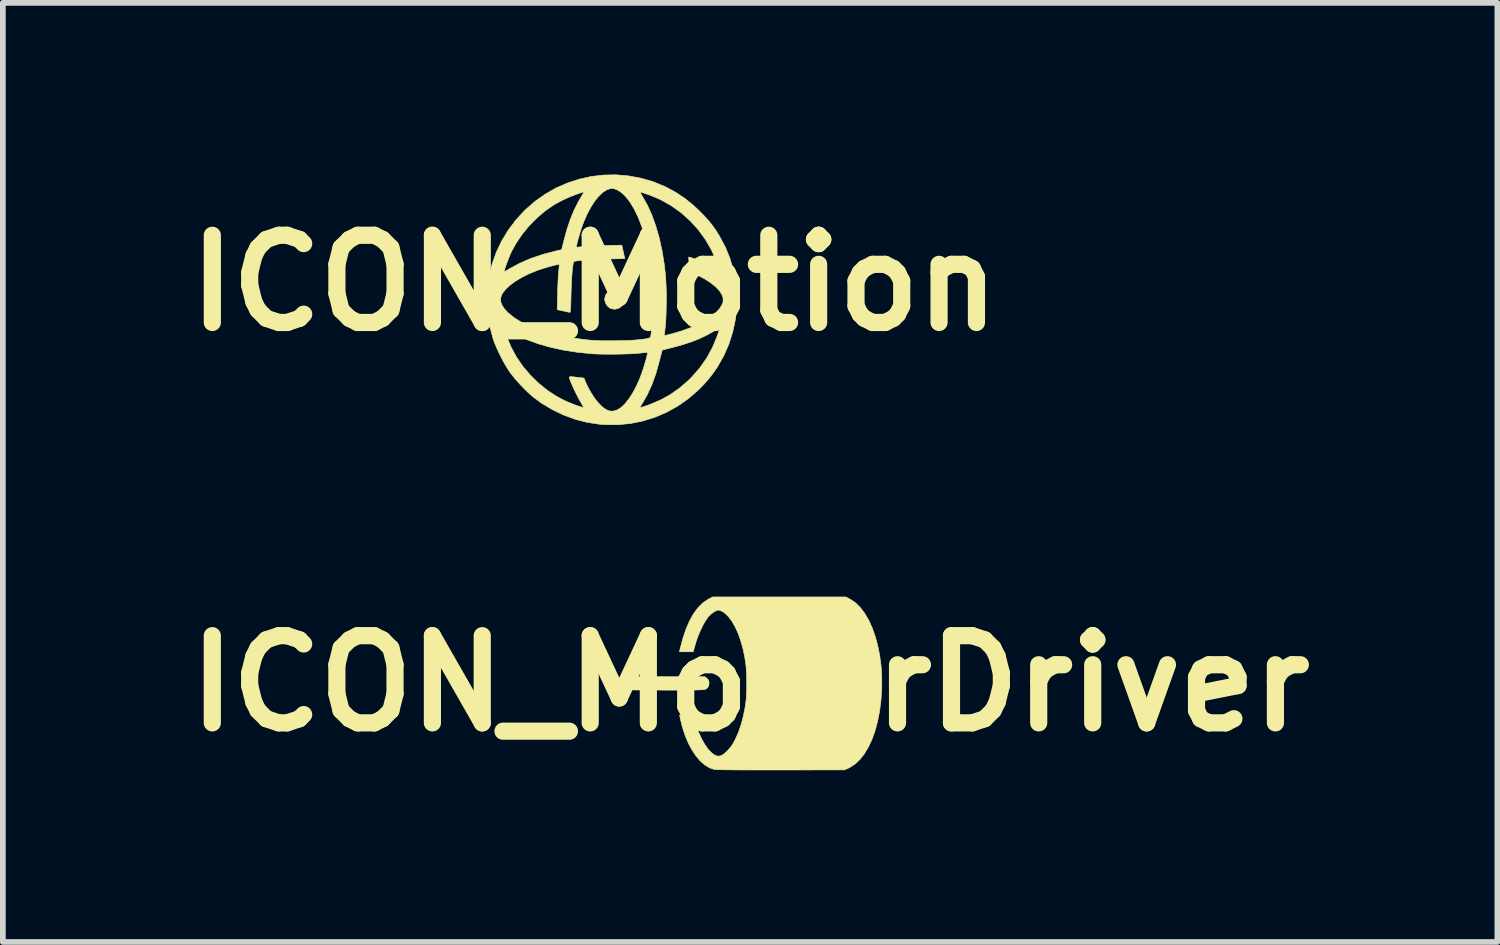
<source format=kicad_pcb>
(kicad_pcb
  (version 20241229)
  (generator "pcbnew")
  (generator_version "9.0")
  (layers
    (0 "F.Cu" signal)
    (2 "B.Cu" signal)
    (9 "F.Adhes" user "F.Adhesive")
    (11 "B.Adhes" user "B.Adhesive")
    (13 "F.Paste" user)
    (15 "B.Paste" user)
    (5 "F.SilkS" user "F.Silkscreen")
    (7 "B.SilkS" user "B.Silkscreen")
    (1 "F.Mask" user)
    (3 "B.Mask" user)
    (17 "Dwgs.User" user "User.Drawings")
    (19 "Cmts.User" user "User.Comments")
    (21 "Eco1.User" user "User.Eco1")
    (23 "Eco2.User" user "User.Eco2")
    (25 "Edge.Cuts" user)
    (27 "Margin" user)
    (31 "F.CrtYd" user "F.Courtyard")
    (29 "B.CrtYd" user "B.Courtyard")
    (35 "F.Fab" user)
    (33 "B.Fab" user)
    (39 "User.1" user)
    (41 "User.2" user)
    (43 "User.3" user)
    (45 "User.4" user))
  (footprint "ICON_MotorDriver"
    (layer "F.Cu")
    (at 10.058 8.893)
    (property "Reference" "ICON_MotorDriver" (at 0 0 0) (layer "F.SilkS") (effects (font (size 1.524 1.524) (thickness 0.3))))
    (attr through_hole)
    (fp_poly (pts (xy -0.753 -0.087) (xy -0.728 -0.06) (xy -0.718 -0.03) (xy -0.717 -0.01) (xy -0.723 0.04) (xy -0.742 0.075) (xy -0.776 0.1) (xy -0.786 0.104) (xy -0.801 0.107) (xy -0.823 0.11) (xy -0.854 0.112) (xy -0.895 0.113) (xy -0.949 0.115) (xy -1.017 0.116) (xy -1.101 0.116) (xy -1.203 0.117) (xy -1.324 0.117) (xy -1.467 0.117) (xy -1.502 0.117) (xy -1.627 0.116) (xy -1.746 0.116) (xy -1.856 0.115) (xy -1.955 0.115) (xy -2.041 0.114) (xy -2.112 0.113) (xy -2.165 0.111) (xy -2.199 0.11) (xy -2.211 0.109) (xy -2.248 0.085) (xy -2.277 0.048) (xy -2.288 0.017) (xy -2.287 -0.025) (xy -2.271 -0.068) (xy -2.244 -0.1) (xy -2.235 -0.105) (xy -2.218 -0.108) (xy -2.177 -0.111) (xy -2.114 -0.113) (xy -2.028 -0.115) (xy -1.92 -0.116) (xy -1.79 -0.117) (xy -1.639 -0.117) (xy -1.501 -0.118) (xy -0.79 -0.118) (xy -0.753 -0.087)) (stroke (width 0.01) (type solid)) (fill yes) (layer "F.SilkS"))
    (fp_poly (pts (xy 1.752 -1.47) (xy 1.842 -1.409) (xy 1.926 -1.326) (xy 2.003 -1.225) (xy 2.073 -1.106) (xy 2.134 -0.971) (xy 2.187 -0.822) (xy 2.231 -0.66) (xy 2.265 -0.488) (xy 2.289 -0.307) (xy 2.301 -0.12) (xy 2.301 0.073) (xy 2.301 0.1) (xy 2.287 0.298) (xy 2.263 0.486) (xy 2.228 0.663) (xy 2.184 0.828) (xy 2.13 0.978) (xy 2.067 1.113) (xy 1.996 1.231) (xy 1.918 1.331) (xy 1.833 1.41) (xy 1.741 1.469) (xy 1.731 1.474) (xy 1.652 1.511) (xy 0.541 1.513) (xy 0.38 1.513) (xy 0.225 1.513) (xy 0.078 1.513) (xy -0.06 1.512) (xy -0.187 1.512) (xy -0.301 1.511) (xy -0.4 1.51) (xy -0.484 1.509) (xy -0.549 1.508) (xy -0.595 1.506) (xy -0.619 1.505) (xy -0.622 1.504) (xy -0.707 1.476) (xy -0.791 1.425) (xy -0.871 1.355) (xy -0.947 1.266) (xy -1.017 1.16) (xy -1.081 1.04) (xy -1.137 0.906) (xy -1.184 0.761) (xy -1.211 0.652) (xy -1.232 0.553) (xy -0.99 0.553) (xy -0.976 0.614) (xy -0.942 0.734) (xy -0.9 0.851) (xy -0.851 0.96) (xy -0.797 1.058) (xy -0.741 1.139) (xy -0.719 1.166) (xy -0.661 1.223) (xy -0.608 1.258) (xy -0.558 1.272) (xy -0.508 1.263) (xy -0.457 1.233) (xy -0.4 1.181) (xy -0.399 1.18) (xy -0.36 1.137) (xy -0.329 1.098) (xy -0.301 1.055) (xy -0.271 1.002) (xy -0.249 0.957) (xy -0.199 0.843) (xy -0.155 0.712) (xy -0.117 0.57) (xy -0.088 0.423) (xy -0.071 0.303) (xy -0.065 0.226) (xy -0.061 0.132) (xy -0.059 0.029) (xy -0.06 -0.076) (xy -0.063 -0.176) (xy -0.068 -0.264) (xy -0.071 -0.303) (xy -0.093 -0.457) (xy -0.124 -0.604) (xy -0.163 -0.743) (xy -0.208 -0.871) (xy -0.26 -0.986) (xy -0.317 -1.086) (xy -0.378 -1.167) (xy -0.442 -1.229) (xy -0.468 -1.247) (xy -0.504 -1.267) (xy -0.538 -1.279) (xy -0.553 -1.282) (xy -0.59 -1.273) (xy -0.635 -1.248) (xy -0.683 -1.211) (xy -0.728 -1.167) (xy -0.741 -1.151) (xy -0.782 -1.091) (xy -0.825 -1.015) (xy -0.867 -0.927) (xy -0.907 -0.834) (xy -0.94 -0.742) (xy -0.955 -0.691) (xy -0.994 -0.553) (xy -1.114 -0.553) (xy -1.235 -0.553) (xy -1.228 -0.585) (xy -1.178 -0.775) (xy -1.122 -0.944) (xy -1.058 -1.093) (xy -0.987 -1.22) (xy -0.909 -1.325) (xy -0.824 -1.409) (xy -0.733 -1.471) (xy -0.723 -1.476) (xy -0.653 -1.511) (xy 1.676 -1.511) (xy 1.752 -1.47)) (stroke (width 0.01) (type solid)) (fill yes) (layer "F.SilkS")))
  (footprint "ICON_Motion"
    (layer "F.Cu")
    (at 7.337 1.896)
    (property "Reference" "ICON_Motion" (at 0 0 0) (layer "F.SilkS") (effects (font (size 1.524 1.524) (thickness 0.3))))
    (attr through_hole)
    (fp_poly (pts (xy 0.412 0.123) (xy 0.462 0.151) (xy 0.499 0.193) (xy 0.521 0.243) (xy 0.526 0.299) (xy 0.511 0.355) (xy 0.503 0.369) (xy 0.463 0.417) (xy 0.411 0.447) (xy 0.352 0.458) (xy 0.292 0.447) (xy 0.27 0.437) (xy 0.229 0.404) (xy 0.198 0.356) (xy 0.181 0.301) (xy 0.181 0.266) (xy 0.199 0.205) (xy 0.235 0.158) (xy 0.286 0.126) (xy 0.346 0.113) (xy 0.353 0.113) (xy 0.412 0.123)) (stroke (width 0.01) (type solid)) (fill yes) (layer "F.SilkS"))
    (fp_poly (pts (xy 0.592 -1.873) (xy 0.807 -1.834) (xy 1.019 -1.773) (xy 1.226 -1.689) (xy 1.254 -1.676) (xy 1.425 -1.583) (xy 1.584 -1.477) (xy 1.736 -1.353) (xy 1.836 -1.259) (xy 1.922 -1.171) (xy 1.993 -1.092) (xy 2.055 -1.016) (xy 2.112 -0.938) (xy 2.168 -0.85) (xy 2.187 -0.818) (xy 2.29 -0.625) (xy 2.371 -0.424) (xy 2.431 -0.216) (xy 2.471 -0.003) (xy 2.489 0.212) (xy 2.486 0.427) (xy 2.463 0.642) (xy 2.418 0.853) (xy 2.353 1.06) (xy 2.267 1.259) (xy 2.16 1.45) (xy 2.14 1.482) (xy 2.068 1.585) (xy 1.996 1.677) (xy 1.917 1.767) (xy 1.826 1.86) (xy 1.809 1.876) (xy 1.639 2.023) (xy 1.457 2.15) (xy 1.264 2.257) (xy 1.062 2.344) (xy 0.851 2.41) (xy 0.635 2.454) (xy 0.413 2.476) (xy 0.188 2.475) (xy 0.091 2.468) (xy -0.122 2.436) (xy -0.334 2.382) (xy -0.54 2.306) (xy -0.739 2.21) (xy -0.928 2.096) (xy -1.072 1.99) (xy -1.147 1.924) (xy -1.228 1.845) (xy -1.31 1.759) (xy -1.388 1.671) (xy -1.454 1.588) (xy -1.473 1.563) (xy -1.527 1.481) (xy -1.584 1.384) (xy -1.639 1.278) (xy -1.691 1.171) (xy -1.735 1.069) (xy -1.768 0.981) (xy -1.818 0.793) (xy -1.573 0.793) (xy -1.572 0.807) (xy -1.564 0.838) (xy -1.55 0.883) (xy -1.53 0.937) (xy -1.508 0.996) (xy -1.483 1.055) (xy -1.459 1.111) (xy -1.451 1.129) (xy -1.36 1.296) (xy -1.249 1.457) (xy -1.12 1.609) (xy -0.977 1.749) (xy -0.823 1.874) (xy -0.66 1.981) (xy -0.529 2.05) (xy -0.475 2.075) (xy -0.416 2.099) (xy -0.357 2.123) (xy -0.301 2.143) (xy -0.252 2.16) (xy -0.216 2.17) (xy -0.196 2.173) (xy -0.193 2.172) (xy -0.196 2.16) (xy -0.209 2.134) (xy -0.229 2.097) (xy -0.236 2.086) (xy -0.272 2.024) (xy -0.311 1.949) (xy -0.351 1.867) (xy -0.387 1.787) (xy -0.417 1.716) (xy -0.422 1.702) (xy -0.433 1.672) (xy -0.439 1.653) (xy -0.436 1.641) (xy -0.421 1.636) (xy -0.392 1.637) (xy -0.344 1.642) (xy -0.297 1.648) (xy -0.182 1.661) (xy -0.15 1.74) (xy -0.11 1.824) (xy -0.061 1.912) (xy -0.006 1.998) (xy 0.05 2.072) (xy 0.074 2.1) (xy 0.141 2.166) (xy 0.203 2.211) (xy 0.261 2.235) (xy 0.319 2.24) (xy 0.379 2.225) (xy 0.411 2.211) (xy 0.471 2.171) (xy 0.8 2.171) (xy 0.807 2.174) (xy 0.831 2.17) (xy 0.873 2.157) (xy 0.934 2.136) (xy 0.976 2.12) (xy 1.16 2.042) (xy 1.329 1.948) (xy 1.487 1.837) (xy 1.638 1.707) (xy 1.695 1.65) (xy 1.838 1.489) (xy 1.96 1.315) (xy 2.063 1.128) (xy 2.145 0.93) (xy 2.151 0.914) (xy 2.168 0.862) (xy 2.181 0.82) (xy 2.189 0.791) (xy 2.19 0.78) (xy 2.19 0.78) (xy 2.176 0.788) (xy 2.148 0.805) (xy 2.111 0.828) (xy 2.102 0.833) (xy 1.974 0.906) (xy 1.841 0.97) (xy 1.699 1.026) (xy 1.545 1.077) (xy 1.372 1.125) (xy 1.336 1.134) (xy 1.185 1.171) (xy 1.134 1.37) (xy 1.074 1.584) (xy 1.004 1.778) (xy 0.925 1.951) (xy 0.846 2.089) (xy 0.824 2.126) (xy 0.807 2.155) (xy 0.8 2.17) (xy 0.8 2.171) (xy 0.471 2.171) (xy 0.474 2.169) (xy 0.538 2.106) (xy 0.603 2.024) (xy 0.666 1.928) (xy 0.726 1.817) (xy 0.782 1.697) (xy 0.831 1.568) (xy 0.832 1.564) (xy 0.856 1.491) (xy 0.878 1.42) (xy 0.897 1.355) (xy 0.913 1.298) (xy 0.923 1.253) (xy 0.927 1.225) (xy 0.926 1.216) (xy 0.912 1.214) (xy 0.88 1.216) (xy 0.837 1.22) (xy 0.815 1.223) (xy 0.75 1.229) (xy 0.667 1.235) (xy 0.569 1.239) (xy 0.463 1.242) (xy 0.352 1.244) (xy 0.241 1.244) (xy 0.135 1.243) (xy 0.039 1.24) (xy -0.042 1.236) (xy -0.056 1.235) (xy -0.306 1.209) (xy -0.546 1.171) (xy -0.774 1.121) (xy -0.987 1.06) (xy -1.184 0.988) (xy -1.362 0.906) (xy -1.486 0.836) (xy -1.524 0.814) (xy -1.554 0.798) (xy -1.571 0.792) (xy -1.573 0.793) (xy -1.818 0.793) (xy -1.827 0.761) (xy -1.864 0.539) (xy -1.878 0.317) (xy -1.875 0.262) (xy -1.638 0.262) (xy -1.637 0.324) (xy -1.613 0.389) (xy -1.566 0.458) (xy -1.509 0.519) (xy -1.406 0.603) (xy -1.282 0.681) (xy -1.139 0.752) (xy -0.976 0.815) (xy -0.796 0.871) (xy -0.601 0.919) (xy -0.39 0.959) (xy -0.167 0.989) (xy -0.018 1.003) (xy 0.031 1.006) (xy 0.099 1.008) (xy 0.18 1.009) (xy 0.269 1.009) (xy 0.363 1.009) (xy 0.454 1.007) (xy 0.54 1.005) (xy 0.614 1.003) (xy 0.672 0.999) (xy 0.678 0.999) (xy 0.78 0.99) (xy 0.86 0.981) (xy 0.918 0.972) (xy 0.956 0.963) (xy 0.975 0.953) (xy 0.977 0.951) (xy 0.985 0.927) (xy 0.992 0.881) (xy 0.998 0.819) (xy 1.004 0.741) (xy 1.009 0.652) (xy 1.013 0.553) (xy 1.016 0.449) (xy 1.017 0.342) (xy 1.018 0.235) (xy 1.018 0.131) (xy 1.016 0.032) (xy 1.013 -0.057) (xy 1.008 -0.136) (xy 1.002 -0.199) (xy 1.002 -0.2) (xy 0.97 -0.418) (xy 0.93 -0.623) (xy 0.882 -0.815) (xy 0.826 -0.992) (xy 0.764 -1.152) (xy 0.695 -1.294) (xy 0.621 -1.416) (xy 0.541 -1.517) (xy 0.517 -1.542) (xy 0.467 -1.584) (xy 0.804 -1.584) (xy 0.807 -1.572) (xy 0.82 -1.546) (xy 0.839 -1.515) (xy 0.926 -1.361) (xy 1.005 -1.187) (xy 1.074 -0.994) (xy 1.134 -0.786) (xy 1.183 -0.563) (xy 1.221 -0.329) (xy 1.241 -0.154) (xy 1.249 -0.04) (xy 1.255 0.088) (xy 1.258 0.225) (xy 1.257 0.365) (xy 1.254 0.504) (xy 1.249 0.635) (xy 1.24 0.754) (xy 1.229 0.855) (xy 1.227 0.867) (xy 1.225 0.898) (xy 1.228 0.915) (xy 1.23 0.917) (xy 1.245 0.914) (xy 1.278 0.907) (xy 1.323 0.895) (xy 1.371 0.883) (xy 1.526 0.837) (xy 1.672 0.784) (xy 1.805 0.725) (xy 1.925 0.662) (xy 2.03 0.595) (xy 2.116 0.526) (xy 2.183 0.455) (xy 2.229 0.384) (xy 2.23 0.382) (xy 2.25 0.332) (xy 2.256 0.29) (xy 2.247 0.247) (xy 2.23 0.206) (xy 2.186 0.136) (xy 2.12 0.066) (xy 2.033 -0.004) (xy 1.927 -0.072) (xy 1.803 -0.138) (xy 1.796 -0.141) (xy 1.673 -0.2) (xy 1.659 -0.324) (xy 1.653 -0.375) (xy 1.649 -0.417) (xy 1.648 -0.445) (xy 1.649 -0.453) (xy 1.663 -0.453) (xy 1.695 -0.443) (xy 1.74 -0.426) (xy 1.796 -0.402) (xy 1.857 -0.374) (xy 1.922 -0.343) (xy 1.985 -0.312) (xy 2.044 -0.28) (xy 2.095 -0.251) (xy 2.115 -0.239) (xy 2.148 -0.219) (xy 2.173 -0.207) (xy 2.184 -0.205) (xy 2.184 -0.219) (xy 2.176 -0.251) (xy 2.161 -0.295) (xy 2.142 -0.349) (xy 2.119 -0.408) (xy 2.095 -0.468) (xy 2.07 -0.525) (xy 2.047 -0.574) (xy 2.047 -0.575) (xy 1.941 -0.759) (xy 1.817 -0.93) (xy 1.675 -1.087) (xy 1.517 -1.228) (xy 1.345 -1.351) (xy 1.175 -1.447) (xy 1.126 -1.47) (xy 1.07 -1.495) (xy 1.01 -1.519) (xy 0.951 -1.542) (xy 0.897 -1.561) (xy 0.851 -1.576) (xy 0.819 -1.584) (xy 0.805 -1.585) (xy 0.804 -1.584) (xy 0.467 -1.584) (xy 0.46 -1.591) (xy 0.4 -1.627) (xy 0.342 -1.649) (xy 0.292 -1.654) (xy 0.284 -1.652) (xy 0.216 -1.629) (xy 0.146 -1.583) (xy 0.076 -1.517) (xy 0.007 -1.432) (xy -0.06 -1.329) (xy -0.123 -1.211) (xy -0.182 -1.078) (xy -0.203 -1.023) (xy -0.22 -0.975) (xy -0.239 -0.918) (xy -0.258 -0.856) (xy -0.276 -0.794) (xy -0.292 -0.737) (xy -0.304 -0.687) (xy -0.312 -0.65) (xy -0.315 -0.63) (xy -0.314 -0.628) (xy -0.301 -0.627) (xy -0.27 -0.629) (xy -0.228 -0.633) (xy -0.21 -0.635) (xy -0.17 -0.639) (xy -0.112 -0.643) (xy -0.039 -0.647) (xy 0.044 -0.65) (xy 0.131 -0.653) (xy 0.184 -0.655) (xy 0.479 -0.662) (xy 0.497 -0.581) (xy 0.508 -0.534) (xy 0.517 -0.491) (xy 0.523 -0.463) (xy 0.53 -0.427) (xy 0.203 -0.419) (xy 0.087 -0.416) (xy -0.02 -0.411) (xy -0.117 -0.406) (xy -0.201 -0.399) (xy -0.27 -0.392) (xy -0.321 -0.385) (xy -0.352 -0.378) (xy -0.359 -0.374) (xy -0.367 -0.355) (xy -0.374 -0.316) (xy -0.382 -0.258) (xy -0.389 -0.186) (xy -0.395 -0.1) (xy -0.4 -0.005) (xy -0.405 0.097) (xy -0.408 0.203) (xy -0.41 0.298) (xy -0.412 0.371) (xy -0.414 0.427) (xy -0.417 0.466) (xy -0.42 0.491) (xy -0.424 0.506) (xy -0.428 0.512) (xy -0.434 0.513) (xy -0.454 0.508) (xy -0.49 0.5) (xy -0.535 0.49) (xy -0.551 0.487) (xy -0.65 0.466) (xy -0.643 0.183) (xy -0.641 0.096) (xy -0.637 0.01) (xy -0.634 -0.07) (xy -0.629 -0.14) (xy -0.625 -0.193) (xy -0.623 -0.21) (xy -0.618 -0.258) (xy -0.615 -0.297) (xy -0.614 -0.321) (xy -0.615 -0.325) (xy -0.629 -0.325) (xy -0.661 -0.319) (xy -0.707 -0.308) (xy -0.763 -0.293) (xy -0.824 -0.276) (xy -0.887 -0.257) (xy -0.946 -0.238) (xy -0.999 -0.22) (xy -1.006 -0.217) (xy -1.146 -0.16) (xy -1.272 -0.097) (xy -1.383 -0.03) (xy -1.477 0.04) (xy -1.552 0.11) (xy -1.607 0.181) (xy -1.617 0.201) (xy -1.638 0.262) (xy -1.875 0.262) (xy -1.869 0.098) (xy -1.839 -0.118) (xy -1.816 -0.215) (xy -1.573 -0.215) (xy -1.573 -0.201) (xy -1.571 -0.2) (xy -1.559 -0.206) (xy -1.531 -0.221) (xy -1.495 -0.242) (xy -1.488 -0.247) (xy -1.31 -0.343) (xy -1.113 -0.429) (xy -0.896 -0.502) (xy -0.665 -0.562) (xy -0.572 -0.583) (xy -0.528 -0.759) (xy -0.477 -0.945) (xy -0.42 -1.114) (xy -0.356 -1.27) (xy -0.282 -1.418) (xy -0.196 -1.564) (xy -0.19 -1.573) (xy -0.184 -1.584) (xy -0.185 -1.59) (xy -0.197 -1.589) (xy -0.223 -1.582) (xy -0.265 -1.568) (xy -0.296 -1.557) (xy -0.427 -1.507) (xy -0.556 -1.449) (xy -0.674 -1.386) (xy -0.711 -1.364) (xy -0.859 -1.262) (xy -1.002 -1.14) (xy -1.137 -1.004) (xy -1.259 -0.856) (xy -1.364 -0.702) (xy -1.434 -0.577) (xy -1.459 -0.525) (xy -1.485 -0.466) (xy -1.509 -0.405) (xy -1.532 -0.345) (xy -1.551 -0.292) (xy -1.565 -0.247) (xy -1.573 -0.215) (xy -1.816 -0.215) (xy -1.788 -0.33) (xy -1.715 -0.535) (xy -1.621 -0.733) (xy -1.507 -0.922) (xy -1.373 -1.1) (xy -1.22 -1.267) (xy -1.209 -1.277) (xy -1.04 -1.425) (xy -0.859 -1.553) (xy -0.669 -1.661) (xy -0.47 -1.748) (xy -0.264 -1.815) (xy -0.054 -1.862) (xy 0.16 -1.887) (xy 0.376 -1.891) (xy 0.592 -1.873)) (stroke (width 0.01) (type solid)) (fill yes) (layer "F.SilkS")))
  (gr_rect
    (start -3 -3)
    (end 23.117 13.411)
    (stroke (width 0.1) (type default))
    (fill no)
    (layer "Edge.Cuts")))
</source>
